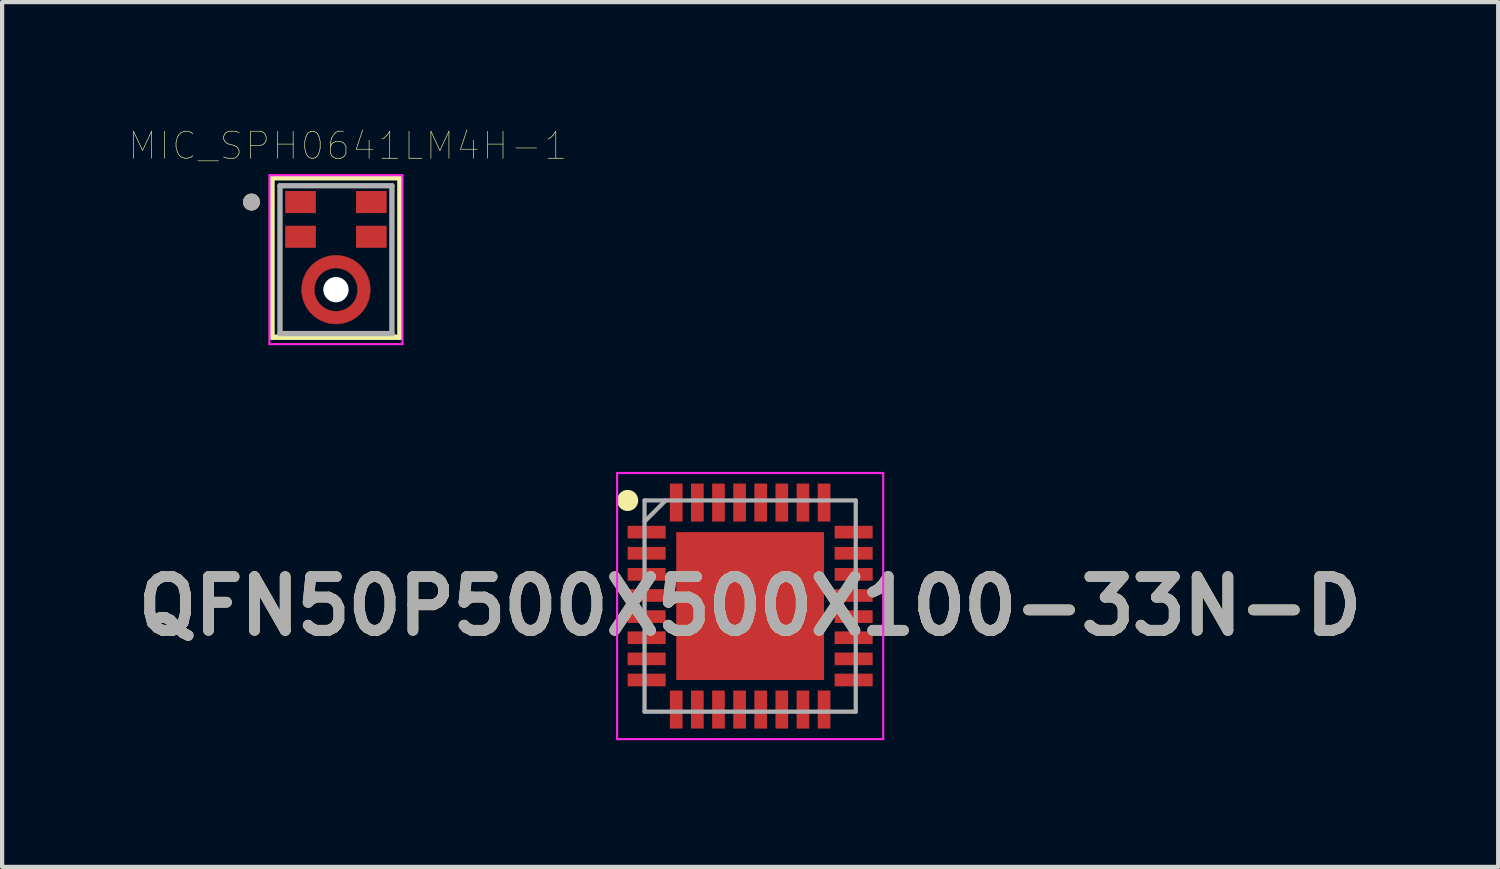
<source format=kicad_pcb>
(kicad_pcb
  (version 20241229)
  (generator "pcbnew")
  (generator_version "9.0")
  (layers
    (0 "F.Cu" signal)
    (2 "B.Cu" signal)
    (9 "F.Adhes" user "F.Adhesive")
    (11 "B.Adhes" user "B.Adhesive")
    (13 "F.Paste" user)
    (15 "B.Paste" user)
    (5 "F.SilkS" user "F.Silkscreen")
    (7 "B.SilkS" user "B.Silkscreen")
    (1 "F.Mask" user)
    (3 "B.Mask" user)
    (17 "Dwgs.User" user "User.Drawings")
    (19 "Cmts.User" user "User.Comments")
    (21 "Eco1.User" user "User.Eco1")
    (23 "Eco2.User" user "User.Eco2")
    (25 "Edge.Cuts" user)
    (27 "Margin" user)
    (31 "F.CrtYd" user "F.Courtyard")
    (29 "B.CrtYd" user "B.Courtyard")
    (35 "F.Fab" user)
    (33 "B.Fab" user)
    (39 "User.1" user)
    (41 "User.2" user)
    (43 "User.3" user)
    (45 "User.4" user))
  (footprint "MIC_SPH0641LM4H-1"
    (layer "F.Cu")
    (at 4.903 3.807)
    (property "Reference" "MIC_SPH0641LM4H-1" (at 0.282 -3.406 0) (layer "F.SilkS") (effects (font (size 0.64 0.64) (thickness 0.015))))
    (attr through_hole)
    (fp_poly (pts (xy 0 0.512) (xy 0.054 0.51) (xy 0.107 0.501) (xy 0.158 0.487) (xy 0.208 0.468) (xy 0.256 0.444) (xy 0.301 0.415) (xy 0.343 0.381) (xy 0.381 0.343) (xy 0.415 0.301) (xy 0.444 0.256) (xy 0.468 0.208) (xy 0.487 0.158) (xy 0.501 0.107) (xy 0.51 0.054) (xy 0.512 0) (xy 0.51 -0.054) (xy 0.501 -0.107) (xy 0.487 -0.158) (xy 0.468 -0.208) (xy 0.444 -0.256) (xy 0.415 -0.301) (xy 0.381 -0.343) (xy 0.343 -0.381) (xy 0.301 -0.415) (xy 0.256 -0.444) (xy 0.208 -0.468) (xy 0.158 -0.487) (xy 0.107 -0.501) (xy 0.054 -0.51) (xy 0 -0.512) (xy 0 -0.812) (xy 0.085 -0.808) (xy 0.169 -0.795) (xy 0.251 -0.773) (xy 0.33 -0.742) (xy 0.406 -0.704) (xy 0.478 -0.657) (xy 0.544 -0.604) (xy 0.604 -0.544) (xy 0.657 -0.478) (xy 0.704 -0.406) (xy 0.742 -0.33) (xy 0.773 -0.251) (xy 0.795 -0.169) (xy 0.808 -0.085) (xy 0.812 0) (xy 0.808 0.085) (xy 0.795 0.169) (xy 0.773 0.251) (xy 0.742 0.33) (xy 0.704 0.406) (xy 0.657 0.478) (xy 0.604 0.544) (xy 0.544 0.604) (xy 0.478 0.657) (xy 0.406 0.704) (xy 0.33 0.742) (xy 0.251 0.773) (xy 0.169 0.795) (xy 0.085 0.808) (xy 0 0.812) (xy -0.085 0.808) (xy -0.169 0.795) (xy -0.251 0.773) (xy -0.33 0.742) (xy -0.406 0.704) (xy -0.478 0.657) (xy -0.544 0.604) (xy -0.604 0.544) (xy -0.657 0.478) (xy -0.704 0.406) (xy -0.742 0.33) (xy -0.773 0.251) (xy -0.795 0.169) (xy -0.808 0.085) (xy -0.812 0) (xy -0.808 -0.085) (xy -0.795 -0.169) (xy -0.773 -0.251) (xy -0.742 -0.33) (xy -0.704 -0.406) (xy -0.657 -0.478) (xy -0.604 -0.544) (xy -0.544 -0.604) (xy -0.478 -0.657) (xy -0.406 -0.704) (xy -0.33 -0.742) (xy -0.251 -0.773) (xy -0.169 -0.795) (xy -0.085 -0.808) (xy 0 -0.812) (xy 0 -0.512) (xy -0.054 -0.51) (xy -0.107 -0.501) (xy -0.158 -0.487) (xy -0.208 -0.468) (xy -0.256 -0.444) (xy -0.301 -0.415) (xy -0.343 -0.381) (xy -0.381 -0.343) (xy -0.415 -0.301) (xy -0.444 -0.256) (xy -0.468 -0.208) (xy -0.487 -0.158) (xy -0.501 -0.107) (xy -0.51 -0.054) (xy -0.512 0) (xy -0.51 0.054) (xy -0.501 0.107) (xy -0.487 0.158) (xy -0.468 0.208) (xy -0.444 0.256) (xy -0.415 0.301) (xy -0.381 0.343) (xy -0.343 0.381) (xy -0.301 0.415) (xy -0.256 0.444) (xy -0.208 0.468) (xy -0.158 0.487) (xy -0.107 0.501) (xy -0.054 0.51) (xy 0 0.512)) (stroke (width 0.01) (type solid)) (fill yes) (layer "F.Cu"))
    (fp_circle (center 0 0) (end 0.456 0) (stroke (width 0.912) (type solid)) (fill no) (layer "F.Mask"))
    (fp_line (start -1.514 -2.649) (end -1.514 1.126) (stroke (width 0.127) (type solid)) (layer "F.SilkS"))
    (fp_line (start -1.514 1.126) (end 1.514 1.126) (stroke (width 0.127) (type solid)) (layer "F.SilkS"))
    (fp_line (start 1.514 -2.649) (end -1.514 -2.649) (stroke (width 0.127) (type solid)) (layer "F.SilkS"))
    (fp_line (start 1.514 1.126) (end 1.514 -2.649) (stroke (width 0.127) (type solid)) (layer "F.SilkS"))
    (fp_circle (center -2 -2.074) (end -1.9 -2.074) (stroke (width 0.2) (type solid)) (fill no) (layer "F.SilkS"))
    (fp_poly (pts (xy -0.426 0.285) (xy -0.439 0.264) (xy -0.449 0.247) (xy -0.458 0.229) (xy -0.466 0.211) (xy -0.474 0.193) (xy -0.481 0.175) (xy -0.488 0.156) (xy -0.493 0.137) (xy -0.498 0.118) (xy -0.502 0.098) (xy -0.506 0.079) (xy -0.508 0.059) (xy -0.51 0.04) (xy -0.511 0.02) (xy -0.512 0) (xy -0.511 -0.02) (xy -0.51 -0.04) (xy -0.508 -0.059) (xy -0.506 -0.079) (xy -0.502 -0.098) (xy -0.498 -0.118) (xy -0.493 -0.137) (xy -0.488 -0.156) (xy -0.481 -0.175) (xy -0.474 -0.193) (xy -0.466 -0.211) (xy -0.458 -0.229) (xy -0.449 -0.247) (xy -0.439 -0.264) (xy -0.426 -0.285) (xy -0.638 -0.497) (xy -0.664 -0.463) (xy -0.683 -0.434) (xy -0.702 -0.404) (xy -0.719 -0.373) (xy -0.735 -0.341) (xy -0.749 -0.309) (xy -0.762 -0.276) (xy -0.774 -0.243) (xy -0.784 -0.209) (xy -0.792 -0.175) (xy -0.799 -0.14) (xy -0.805 -0.106) (xy -0.809 -0.07) (xy -0.811 -0.035) (xy -0.812 0) (xy -0.811 0.035) (xy -0.809 0.07) (xy -0.805 0.106) (xy -0.799 0.14) (xy -0.792 0.175) (xy -0.784 0.209) (xy -0.774 0.243) (xy -0.762 0.276) (xy -0.749 0.309) (xy -0.735 0.341) (xy -0.719 0.373) (xy -0.702 0.404) (xy -0.683 0.434) (xy -0.664 0.463) (xy -0.638 0.497) (xy -0.426 0.285)) (stroke (width 0.01) (type solid)) (fill yes) (layer "F.Paste"))
    (fp_poly (pts (xy -0.285 -0.426) (xy -0.271 -0.434) (xy -0.254 -0.445) (xy -0.237 -0.454) (xy -0.218 -0.463) (xy -0.2 -0.471) (xy -0.181 -0.479) (xy -0.162 -0.485) (xy -0.143 -0.491) (xy -0.124 -0.497) (xy -0.104 -0.501) (xy -0.085 -0.505) (xy -0.065 -0.508) (xy -0.045 -0.51) (xy -0.025 -0.511) (xy -0.004 -0.512) (xy 0.016 -0.511) (xy 0.036 -0.51) (xy 0.056 -0.509) (xy 0.076 -0.506) (xy 0.095 -0.503) (xy 0.115 -0.499) (xy 0.135 -0.494) (xy 0.154 -0.488) (xy 0.173 -0.482) (xy 0.192 -0.475) (xy 0.21 -0.467) (xy 0.228 -0.458) (xy 0.246 -0.449) (xy 0.264 -0.439) (xy 0.285 -0.426) (xy 0.497 -0.638) (xy 0.474 -0.656) (xy 0.444 -0.677) (xy 0.413 -0.696) (xy 0.382 -0.714) (xy 0.35 -0.731) (xy 0.317 -0.746) (xy 0.283 -0.76) (xy 0.249 -0.772) (xy 0.215 -0.782) (xy 0.18 -0.791) (xy 0.144 -0.799) (xy 0.108 -0.804) (xy 0.072 -0.808) (xy 0.036 -0.811) (xy 0 -0.812) (xy -0.036 -0.811) (xy -0.072 -0.808) (xy -0.108 -0.804) (xy -0.144 -0.799) (xy -0.18 -0.791) (xy -0.215 -0.782) (xy -0.249 -0.772) (xy -0.283 -0.76) (xy -0.317 -0.746) (xy -0.35 -0.731) (xy -0.382 -0.714) (xy -0.413 -0.696) (xy -0.444 -0.677) (xy -0.474 -0.656) (xy -0.497 -0.638) (xy -0.285 -0.426)) (stroke (width 0.01) (type solid)) (fill yes) (layer "F.Paste"))
    (fp_poly (pts (xy 0.285 0.426) (xy 0.264 0.439) (xy 0.246 0.449) (xy 0.228 0.458) (xy 0.21 0.467) (xy 0.192 0.475) (xy 0.173 0.482) (xy 0.154 0.488) (xy 0.135 0.494) (xy 0.115 0.499) (xy 0.095 0.503) (xy 0.076 0.506) (xy 0.056 0.509) (xy 0.036 0.51) (xy 0.016 0.511) (xy -0.004 0.512) (xy -0.025 0.511) (xy -0.045 0.51) (xy -0.065 0.508) (xy -0.085 0.505) (xy -0.104 0.501) (xy -0.124 0.497) (xy -0.143 0.491) (xy -0.162 0.485) (xy -0.181 0.479) (xy -0.2 0.471) (xy -0.218 0.463) (xy -0.237 0.454) (xy -0.254 0.445) (xy -0.271 0.434) (xy -0.285 0.426) (xy -0.497 0.638) (xy -0.474 0.656) (xy -0.444 0.677) (xy -0.413 0.696) (xy -0.382 0.714) (xy -0.35 0.731) (xy -0.317 0.746) (xy -0.283 0.76) (xy -0.249 0.772) (xy -0.215 0.782) (xy -0.18 0.791) (xy -0.144 0.799) (xy -0.108 0.804) (xy -0.072 0.808) (xy -0.036 0.811) (xy 0 0.812) (xy 0.036 0.811) (xy 0.072 0.808) (xy 0.108 0.804) (xy 0.144 0.799) (xy 0.18 0.791) (xy 0.215 0.782) (xy 0.249 0.772) (xy 0.283 0.76) (xy 0.317 0.746) (xy 0.35 0.731) (xy 0.382 0.714) (xy 0.413 0.696) (xy 0.444 0.677) (xy 0.474 0.656) (xy 0.497 0.638) (xy 0.285 0.426)) (stroke (width 0.01) (type solid)) (fill yes) (layer "F.Paste"))
    (fp_poly (pts (xy 0.426 -0.285) (xy 0.435 -0.271) (xy 0.445 -0.254) (xy 0.455 -0.236) (xy 0.464 -0.217) (xy 0.472 -0.199) (xy 0.479 -0.18) (xy 0.486 -0.16) (xy 0.492 -0.141) (xy 0.497 -0.121) (xy 0.502 -0.101) (xy 0.505 -0.081) (xy 0.508 -0.061) (xy 0.51 -0.041) (xy 0.511 -0.02) (xy 0.512 0) (xy 0.511 0.02) (xy 0.51 0.041) (xy 0.508 0.061) (xy 0.505 0.081) (xy 0.502 0.101) (xy 0.497 0.121) (xy 0.492 0.141) (xy 0.486 0.16) (xy 0.479 0.18) (xy 0.472 0.199) (xy 0.464 0.217) (xy 0.455 0.236) (xy 0.445 0.254) (xy 0.435 0.271) (xy 0.426 0.285) (xy 0.638 0.497) (xy 0.656 0.474) (xy 0.677 0.444) (xy 0.696 0.413) (xy 0.714 0.382) (xy 0.731 0.35) (xy 0.746 0.317) (xy 0.76 0.283) (xy 0.772 0.249) (xy 0.782 0.215) (xy 0.791 0.18) (xy 0.799 0.144) (xy 0.804 0.108) (xy 0.808 0.072) (xy 0.811 0.036) (xy 0.812 0) (xy 0.811 -0.036) (xy 0.808 -0.072) (xy 0.804 -0.108) (xy 0.799 -0.144) (xy 0.791 -0.18) (xy 0.782 -0.215) (xy 0.772 -0.249) (xy 0.76 -0.283) (xy 0.746 -0.317) (xy 0.731 -0.35) (xy 0.714 -0.382) (xy 0.696 -0.413) (xy 0.677 -0.444) (xy 0.656 -0.474) (xy 0.638 -0.497) (xy 0.426 -0.285)) (stroke (width 0.01) (type solid)) (fill yes) (layer "F.Paste"))
    (fp_line (start -1.575 -2.71) (end -1.575 1.29) (stroke (width 0.05) (type solid)) (layer "F.CrtYd"))
    (fp_line (start -1.575 1.29) (end 1.575 1.29) (stroke (width 0.05) (type solid)) (layer "F.CrtYd"))
    (fp_line (start 1.575 -2.71) (end -1.575 -2.71) (stroke (width 0.05) (type solid)) (layer "F.CrtYd"))
    (fp_line (start 1.575 1.29) (end 1.575 -2.71) (stroke (width 0.05) (type solid)) (layer "F.CrtYd"))
    (fp_line (start -1.325 -2.46) (end -1.325 1.04) (stroke (width 0.127) (type solid)) (layer "F.Fab"))
    (fp_line (start -1.325 1.04) (end 1.325 1.04) (stroke (width 0.127) (type solid)) (layer "F.Fab"))
    (fp_line (start 1.325 -2.46) (end -1.325 -2.46) (stroke (width 0.127) (type solid)) (layer "F.Fab"))
    (fp_line (start 1.325 1.04) (end 1.325 -2.46) (stroke (width 0.127) (type solid)) (layer "F.Fab"))
    (fp_circle (center -2 -2.074) (end -1.9 -2.074) (stroke (width 0.2) (type solid)) (fill no) (layer "F.Fab"))
    (pad "" np_thru_hole circle (at 0 0) (size 0.6 0.6) (drill 0.6) (layers "*.Cu" "*.Mask"))
    (pad "1" smd rect (at -0.838 -2.074) (size 0.725 0.522) (layers "F.Cu" "F.Mask" "F.Paste"))
    (pad "2" smd rect (at -0.838 -1.252) (size 0.725 0.522) (layers "F.Cu" "F.Mask" "F.Paste"))
    (pad "3" smd rect (at -0.662 0) (size 0.1 0.1) (layers "F.Cu"))
    (pad "4" smd rect (at 0.838 -1.252) (size 0.725 0.522) (layers "F.Cu" "F.Mask" "F.Paste"))
    (pad "5" smd rect (at 0.838 -2.074) (size 0.725 0.522) (layers "F.Cu" "F.Mask" "F.Paste")))
  (footprint "QFN50P500X500X100-33N-D"
    (layer "F.Cu")
    (at 14.708 11.297)
    (property "Reference" "QFN50P500X500X100-33N-D" (at 0 0 0) (layer "F.SilkS") (effects (font (size 1.27 1.27) (thickness 0.254))))
    (attr smd)
    (fp_circle (center -2.9 -2.5) (end -2.9 -2.375) (stroke (width 0.25) (type solid)) (fill no) (layer "F.SilkS"))
    (fp_line (start -3.15 -3.15) (end 3.15 -3.15) (stroke (width 0.05) (type solid)) (layer "F.CrtYd"))
    (fp_line (start -3.15 3.15) (end -3.15 -3.15) (stroke (width 0.05) (type solid)) (layer "F.CrtYd"))
    (fp_line (start 3.15 -3.15) (end 3.15 3.15) (stroke (width 0.05) (type solid)) (layer "F.CrtYd"))
    (fp_line (start 3.15 3.15) (end -3.15 3.15) (stroke (width 0.05) (type solid)) (layer "F.CrtYd"))
    (fp_line (start -2.5 -2.5) (end 2.5 -2.5) (stroke (width 0.1) (type solid)) (layer "F.Fab"))
    (fp_line (start -2.5 -2) (end -2 -2.5) (stroke (width 0.1) (type solid)) (layer "F.Fab"))
    (fp_line (start -2.5 2.5) (end -2.5 -2.5) (stroke (width 0.1) (type solid)) (layer "F.Fab"))
    (fp_line (start 2.5 -2.5) (end 2.5 2.5) (stroke (width 0.1) (type solid)) (layer "F.Fab"))
    (fp_line (start 2.5 2.5) (end -2.5 2.5) (stroke (width 0.1) (type solid)) (layer "F.Fab"))
    (fp_text user "${REFERENCE}" (at 0 0 0) (layer "F.Fab") (effects (font (size 1.27 1.27) (thickness 0.254))))
    (pad "1" smd rect (at -2.45 -1.75 90) (size 0.3 0.9) (layers "F.Cu" "F.Mask" "F.Paste"))
    (pad "2" smd rect (at -2.45 -1.25 90) (size 0.3 0.9) (layers "F.Cu" "F.Mask" "F.Paste"))
    (pad "3" smd rect (at -2.45 -0.75 90) (size 0.3 0.9) (layers "F.Cu" "F.Mask" "F.Paste"))
    (pad "4" smd rect (at -2.45 -0.25 90) (size 0.3 0.9) (layers "F.Cu" "F.Mask" "F.Paste"))
    (pad "5" smd rect (at -2.45 0.25 90) (size 0.3 0.9) (layers "F.Cu" "F.Mask" "F.Paste"))
    (pad "6" smd rect (at -2.45 0.75 90) (size 0.3 0.9) (layers "F.Cu" "F.Mask" "F.Paste"))
    (pad "7" smd rect (at -2.45 1.25 90) (size 0.3 0.9) (layers "F.Cu" "F.Mask" "F.Paste"))
    (pad "8" smd rect (at -2.45 1.75 90) (size 0.3 0.9) (layers "F.Cu" "F.Mask" "F.Paste"))
    (pad "9" smd rect (at -1.75 2.45) (size 0.3 0.9) (layers "F.Cu" "F.Mask" "F.Paste"))
    (pad "10" smd rect (at -1.25 2.45) (size 0.3 0.9) (layers "F.Cu" "F.Mask" "F.Paste"))
    (pad "11" smd rect (at -0.75 2.45) (size 0.3 0.9) (layers "F.Cu" "F.Mask" "F.Paste"))
    (pad "12" smd rect (at -0.25 2.45) (size 0.3 0.9) (layers "F.Cu" "F.Mask" "F.Paste"))
    (pad "13" smd rect (at 0.25 2.45) (size 0.3 0.9) (layers "F.Cu" "F.Mask" "F.Paste"))
    (pad "14" smd rect (at 0.75 2.45) (size 0.3 0.9) (layers "F.Cu" "F.Mask" "F.Paste"))
    (pad "15" smd rect (at 1.25 2.45) (size 0.3 0.9) (layers "F.Cu" "F.Mask" "F.Paste"))
    (pad "16" smd rect (at 1.75 2.45) (size 0.3 0.9) (layers "F.Cu" "F.Mask" "F.Paste"))
    (pad "17" smd rect (at 2.45 1.75 90) (size 0.3 0.9) (layers "F.Cu" "F.Mask" "F.Paste"))
    (pad "18" smd rect (at 2.45 1.25 90) (size 0.3 0.9) (layers "F.Cu" "F.Mask" "F.Paste"))
    (pad "19" smd rect (at 2.45 0.75 90) (size 0.3 0.9) (layers "F.Cu" "F.Mask" "F.Paste"))
    (pad "20" smd rect (at 2.45 0.25 90) (size 0.3 0.9) (layers "F.Cu" "F.Mask" "F.Paste"))
    (pad "21" smd rect (at 2.45 -0.25 90) (size 0.3 0.9) (layers "F.Cu" "F.Mask" "F.Paste"))
    (pad "22" smd rect (at 2.45 -0.75 90) (size 0.3 0.9) (layers "F.Cu" "F.Mask" "F.Paste"))
    (pad "23" smd rect (at 2.45 -1.25 90) (size 0.3 0.9) (layers "F.Cu" "F.Mask" "F.Paste"))
    (pad "24" smd rect (at 2.45 -1.75 90) (size 0.3 0.9) (layers "F.Cu" "F.Mask" "F.Paste"))
    (pad "25" smd rect (at 1.75 -2.45) (size 0.3 0.9) (layers "F.Cu" "F.Mask" "F.Paste"))
    (pad "26" smd rect (at 1.25 -2.45) (size 0.3 0.9) (layers "F.Cu" "F.Mask" "F.Paste"))
    (pad "27" smd rect (at 0.75 -2.45) (size 0.3 0.9) (layers "F.Cu" "F.Mask" "F.Paste"))
    (pad "28" smd rect (at 0.25 -2.45) (size 0.3 0.9) (layers "F.Cu" "F.Mask" "F.Paste"))
    (pad "29" smd rect (at -0.25 -2.45) (size 0.3 0.9) (layers "F.Cu" "F.Mask" "F.Paste"))
    (pad "30" smd rect (at -0.75 -2.45) (size 0.3 0.9) (layers "F.Cu" "F.Mask" "F.Paste"))
    (pad "31" smd rect (at -1.25 -2.45) (size 0.3 0.9) (layers "F.Cu" "F.Mask" "F.Paste"))
    (pad "32" smd rect (at -1.75 -2.45) (size 0.3 0.9) (layers "F.Cu" "F.Mask" "F.Paste"))
    (pad "33" smd rect (at 0 0) (size 3.5 3.5) (layers "F.Cu" "F.Mask" "F.Paste")))
  (gr_rect
    (start -3 -3)
    (end 32.416 17.472)
    (stroke (width 0.1) (type default))
    (fill no)
    (layer "Edge.Cuts")))
</source>
